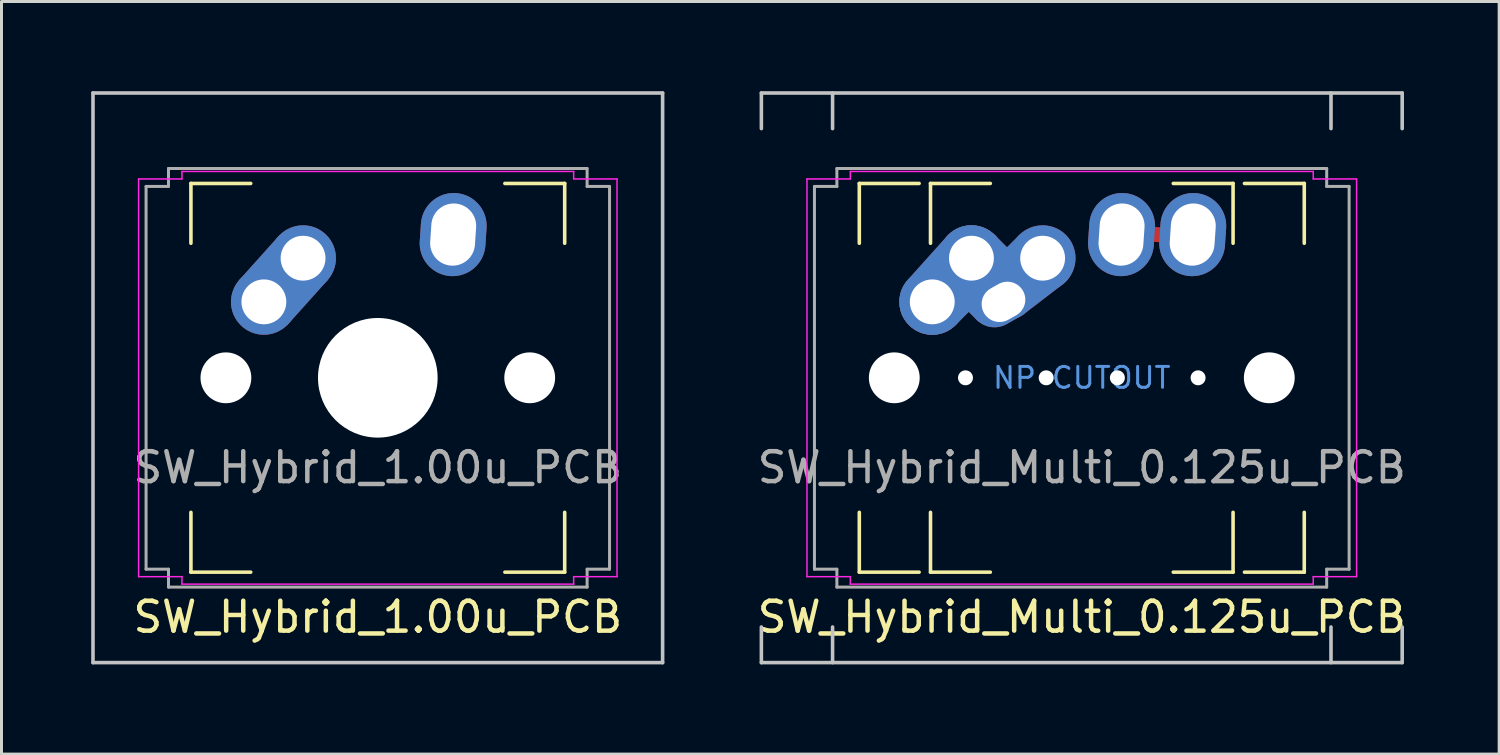
<source format=kicad_pcb>
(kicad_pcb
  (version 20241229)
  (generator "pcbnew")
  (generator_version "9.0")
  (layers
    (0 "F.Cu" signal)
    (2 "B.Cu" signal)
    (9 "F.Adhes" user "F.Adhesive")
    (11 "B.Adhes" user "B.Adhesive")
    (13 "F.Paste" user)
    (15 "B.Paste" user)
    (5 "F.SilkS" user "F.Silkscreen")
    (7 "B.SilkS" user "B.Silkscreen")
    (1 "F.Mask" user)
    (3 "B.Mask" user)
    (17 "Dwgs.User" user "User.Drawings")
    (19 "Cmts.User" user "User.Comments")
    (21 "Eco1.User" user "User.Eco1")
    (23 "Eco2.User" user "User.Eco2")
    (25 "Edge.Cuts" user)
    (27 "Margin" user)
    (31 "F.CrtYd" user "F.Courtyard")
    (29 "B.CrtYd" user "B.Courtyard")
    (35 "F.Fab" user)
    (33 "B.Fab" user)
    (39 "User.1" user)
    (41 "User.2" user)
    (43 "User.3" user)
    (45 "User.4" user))
  (footprint "SW_Hybrid_Multi_0.125u_PCB"
    (layer "F.Cu")
    (at 31.938 9.585)
    (property "Reference" "SW_Hybrid_Multi_0.125u_PCB" (at 1.191 8 0) (layer "F.SilkS") (effects (font (size 1 1) (thickness 0.15))))
    (attr through_hole)
    (fp_line (start -6.25 -6.5) (end -4.25 -6.5) (stroke (width 0.12) (type solid)) (layer "F.SilkS"))
    (fp_line (start -6.25 -4.5) (end -6.25 -6.5) (stroke (width 0.12) (type solid)) (layer "F.SilkS"))
    (fp_line (start -6.25 6.5) (end -6.25 4.5) (stroke (width 0.12) (type solid)) (layer "F.SilkS"))
    (fp_line (start -6.25 6.5) (end -4.25 6.5) (stroke (width 0.12) (type solid)) (layer "F.SilkS"))
    (fp_line (start -3.869 -6.5) (end -1.869 -6.5) (stroke (width 0.12) (type solid)) (layer "F.SilkS"))
    (fp_line (start -3.869 -4.5) (end -3.869 -6.5) (stroke (width 0.12) (type solid)) (layer "F.SilkS"))
    (fp_line (start -3.869 6.5) (end -3.869 4.5) (stroke (width 0.12) (type solid)) (layer "F.SilkS"))
    (fp_line (start -3.869 6.5) (end -1.869 6.5) (stroke (width 0.12) (type solid)) (layer "F.SilkS"))
    (fp_line (start 4.25 -6.5) (end 6.25 -6.5) (stroke (width 0.12) (type solid)) (layer "F.SilkS"))
    (fp_line (start 4.25 6.5) (end 6.25 6.5) (stroke (width 0.12) (type solid)) (layer "F.SilkS"))
    (fp_line (start 6.25 -4.5) (end 6.25 -6.5) (stroke (width 0.12) (type solid)) (layer "F.SilkS"))
    (fp_line (start 6.25 6.5) (end 6.25 4.5) (stroke (width 0.12) (type solid)) (layer "F.SilkS"))
    (fp_line (start 6.631 -6.5) (end 8.631 -6.5) (stroke (width 0.12) (type solid)) (layer "F.SilkS"))
    (fp_line (start 6.631 6.5) (end 8.631 6.5) (stroke (width 0.12) (type solid)) (layer "F.SilkS"))
    (fp_line (start 8.631 -4.5) (end 8.631 -6.5) (stroke (width 0.12) (type solid)) (layer "F.SilkS"))
    (fp_line (start 8.631 6.5) (end 8.631 4.5) (stroke (width 0.12) (type solid)) (layer "F.SilkS"))
    (fp_line (start -9.525 -9.525) (end 11.906 -9.525) (stroke (width 0.12) (type solid)) (layer "Dwgs.User"))
    (fp_line (start -9.525 -8.334) (end -9.525 -9.525) (stroke (width 0.12) (type solid)) (layer "Dwgs.User"))
    (fp_line (start -9.525 9.525) (end -9.525 8.334) (stroke (width 0.12) (type solid)) (layer "Dwgs.User"))
    (fp_line (start -7.144 -9.525) (end -7.144 -8.334) (stroke (width 0.12) (type solid)) (layer "Dwgs.User"))
    (fp_line (start -7.144 9.525) (end -7.144 8.334) (stroke (width 0.12) (type solid)) (layer "Dwgs.User"))
    (fp_line (start 9.525 -9.525) (end 9.525 -8.334) (stroke (width 0.12) (type solid)) (layer "Dwgs.User"))
    (fp_line (start 9.525 9.525) (end 9.525 8.334) (stroke (width 0.12) (type solid)) (layer "Dwgs.User"))
    (fp_line (start 11.906 -9.525) (end 11.906 -8.334) (stroke (width 0.12) (type solid)) (layer "Dwgs.User"))
    (fp_line (start 11.906 9.525) (end -9.525 9.525) (stroke (width 0.12) (type solid)) (layer "Dwgs.User"))
    (fp_line (start 11.906 9.525) (end 11.906 8.334) (stroke (width 0.12) (type solid)) (layer "Dwgs.User"))
    (fp_arc (start -1.954191 -0.414778) (mid -0.706693 -1.868553) (end 1.190623 -1.604157) (stroke (width 0.05) (type solid)) (layer "Eco1.User"))
    (fp_arc (start -1.95242 0.41158) (mid -3.550949 0.001828) (end -1.954192 -0.414777) (stroke (width 0.05) (type solid)) (layer "Eco1.User"))
    (fp_arc (start 1.184943 -1.610648) (mid 3.091972 -1.876223) (end 4.344434 -0.413818) (stroke (width 0.05) (type solid)) (layer "Eco1.User"))
    (fp_arc (start 1.192139 1.602108) (mid -0.70741 1.867489) (end -1.954403 0.410189) (stroke (width 0.05) (type solid)) (layer "Eco1.User"))
    (fp_arc (start 4.335089 0.404031) (mid 3.091918 1.864317) (end 1.19214 1.602107) (stroke (width 0.05) (type solid)) (layer "Eco1.User"))
    (fp_arc (start 4.344435 -0.413819) (mid 5.923963 0.005325) (end 4.339272 0.404504) (stroke (width 0.05) (type solid)) (layer "Eco1.User"))
    (fp_line (start -8 -6.65) (end -6.55 -6.65) (stroke (width 0.05) (type solid)) (layer "F.CrtYd"))
    (fp_line (start -8 6.65) (end -8 -6.65) (stroke (width 0.05) (type solid)) (layer "F.CrtYd"))
    (fp_line (start -6.55 -6.9) (end 8.931 -6.9) (stroke (width 0.05) (type solid)) (layer "F.CrtYd"))
    (fp_line (start -6.55 -6.65) (end -6.55 -6.9) (stroke (width 0.05) (type solid)) (layer "F.CrtYd"))
    (fp_line (start -6.55 6.65) (end -8 6.65) (stroke (width 0.05) (type solid)) (layer "F.CrtYd"))
    (fp_line (start -6.55 6.9) (end -6.55 6.65) (stroke (width 0.05) (type solid)) (layer "F.CrtYd"))
    (fp_line (start 8.931 -6.9) (end 8.931 -6.65) (stroke (width 0.05) (type solid)) (layer "F.CrtYd"))
    (fp_line (start 8.931 -6.65) (end 10.381 -6.65) (stroke (width 0.05) (type solid)) (layer "F.CrtYd"))
    (fp_line (start 8.931 6.65) (end 8.931 6.9) (stroke (width 0.05) (type solid)) (layer "F.CrtYd"))
    (fp_line (start 8.931 6.9) (end -6.55 6.9) (stroke (width 0.05) (type solid)) (layer "F.CrtYd"))
    (fp_line (start 10.381 -6.65) (end 10.381 6.65) (stroke (width 0.05) (type solid)) (layer "F.CrtYd"))
    (fp_line (start 10.381 6.65) (end 8.931 6.65) (stroke (width 0.05) (type solid)) (layer "F.CrtYd"))
    (fp_line (start -7.75 -6.4) (end -7 -6.4) (stroke (width 0.1) (type solid)) (layer "F.Fab"))
    (fp_line (start -7.75 6.4) (end -7.75 -6.4) (stroke (width 0.1) (type solid)) (layer "F.Fab"))
    (fp_line (start -7 -7) (end 9.381 -7) (stroke (width 0.1) (type solid)) (layer "F.Fab"))
    (fp_line (start -7 -6.4) (end -7 -7) (stroke (width 0.1) (type solid)) (layer "F.Fab"))
    (fp_line (start -7 6.4) (end -7.75 6.4) (stroke (width 0.1) (type solid)) (layer "F.Fab"))
    (fp_line (start -7 7) (end -7 6.4) (stroke (width 0.1) (type solid)) (layer "F.Fab"))
    (fp_line (start 9.381 -7) (end 9.381 -6.4) (stroke (width 0.1) (type solid)) (layer "F.Fab"))
    (fp_line (start 9.381 -6.4) (end 10.131 -6.4) (stroke (width 0.1) (type solid)) (layer "F.Fab"))
    (fp_line (start 9.381 6.4) (end 9.381 7) (stroke (width 0.1) (type solid)) (layer "F.Fab"))
    (fp_line (start 9.381 7) (end -7 7) (stroke (width 0.1) (type solid)) (layer "F.Fab"))
    (fp_line (start 10.131 -6.4) (end 10.131 6.4) (stroke (width 0.1) (type solid)) (layer "F.Fab"))
    (fp_line (start 10.131 6.4) (end 9.381 6.4) (stroke (width 0.1) (type solid)) (layer "F.Fab"))
    (fp_text user "NP CUTOUT" (at 1.191 0 0) (layer "Cmts.User") (effects (font (size 0.7 0.7) (thickness 0.1))))
    (fp_text user "${REFERENCE}" (at 1.191 3 0) (layer "F.Fab") (effects (font (size 1 1) (thickness 0.15))))
    (pad "" np_thru_hole circle (at -5.08 0) (size 1.7 1.7) (drill 1.7) (layers "*.Cu" "*.Mask"))
    (pad "" np_thru_hole circle (at -2.699 0) (size 0.5 0.5) (drill 0.5) (layers "*.Cu" "*.Mask"))
    (pad "" np_thru_hole circle (at 0 0) (size 0.5 0.5) (drill 0.5) (layers "*.Cu" "*.Mask"))
    (pad "" np_thru_hole circle (at 2.381 0) (size 0.5 0.5) (drill 0.5) (layers "*.Cu" "*.Mask"))
    (pad "" np_thru_hole circle (at 5.08 0) (size 0.5 0.5) (drill 0.5) (layers "*.Cu" "*.Mask"))
    (pad "" np_thru_hole circle (at 7.461 0) (size 1.7 1.7) (drill 1.7) (layers "*.Cu" "*.Mask"))
    (pad "1" thru_hole oval (at 2.52 -4.79 86.1) (size 2.781 2.2) (drill oval 2.081 1.5) (layers "*.Cu" "*.Mask"))
    (pad "1" smd oval (at 3.711 -4.79 356.1) (size 2.381 0.5) (layers "F.Cu"))
    (pad "1" thru_hole oval (at 4.901 -4.79 86.1) (size 2.781 2.2) (drill oval 2.081 1.5) (layers "*.Cu" "*.Mask"))
    (pad "2" smd oval (at -3.81 -2.54 45) (size 2 1.1) (drill (offset 0.49 0.55)) (layers "F.Cu" "F.Mask"))
    (pad "2" smd oval (at -3.81 -2.54 45) (size 2 1.1) (drill (offset 0.49 0.55)) (layers "B.Cu" "B.Mask"))
    (pad "2" thru_hole circle (at -3.81 -2.54) (size 2.2 2.2) (drill 1.5) (layers "*.Cu" "*.Mask"))
    (pad "2" smd oval (at -3.155 -3.27 48.1) (size 4.162 2.2) (layers "F.Cu" "F.Mask"))
    (pad "2" smd oval (at -3.155 -3.27 48.1) (size 4.162 2.2) (layers "B.Cu" "B.Mask"))
    (pad "2" smd oval (at -2.5 -4 315) (size 2 1.1) (drill (offset 0.49 -0.55)) (layers "F.Cu" "F.Mask"))
    (pad "2" smd oval (at -2.5 -4 315) (size 2 1.1) (drill (offset 0.49 -0.55)) (layers "B.Cu" "B.Mask"))
    (pad "2" thru_hole circle (at -2.5 -4) (size 2.2 2.2) (drill 1.5) (layers "*.Cu" "*.Mask"))
    (pad "2" smd oval (at -1.732 -2.513 315) (size 2 0.825) (drill (offset -0.588 0.412)) (layers "F.Cu" "F.Mask"))
    (pad "2" smd oval (at -1.732 -2.513 315) (size 2 0.825) (drill (offset -0.588 0.412)) (layers "B.Cu" "B.Mask"))
    (pad "2" thru_hole oval (at -1.429 -2.54 299.4) (size 1.65 2.2) (drill oval 1.2 1.5 (offset -0.125 0)) (layers "*.Cu" "*.Mask"))
    (pad "2" smd oval (at -1.251 -2.784 37.5) (size 3.31 1.65) (drill (offset 0.83 0)) (layers "F.Cu" "F.Mask"))
    (pad "2" smd oval (at -1.251 -2.784 37.5) (size 3.31 1.65) (drill (offset 0.83 0)) (layers "B.Cu" "B.Mask"))
    (pad "2" smd oval (at -0.119 -4 45) (size 2 1.1) (drill (offset -0.49 -0.55)) (layers "F.Cu" "F.Mask"))
    (pad "2" smd oval (at -0.119 -4 45) (size 2 1.1) (drill (offset -0.49 -0.55)) (layers "B.Cu" "B.Mask"))
    (pad "2" thru_hole circle (at -0.119 -4) (size 2.2 2.2) (drill 1.5) (layers "*.Cu" "*.Mask")))
  (footprint "SW_Hybrid_1.00u_PCB"
    (layer "F.Cu")
    (at 9.585 9.585)
    (property "Reference" "SW_Hybrid_1.00u_PCB" (at 0 8 0) (layer "F.SilkS") (effects (font (size 1 1) (thickness 0.15))))
    (attr through_hole)
    (fp_line (start -6.25 -6.5) (end -4.25 -6.5) (stroke (width 0.12) (type solid)) (layer "F.SilkS"))
    (fp_line (start -6.25 -4.5) (end -6.25 -6.5) (stroke (width 0.12) (type solid)) (layer "F.SilkS"))
    (fp_line (start -6.25 6.5) (end -6.25 4.5) (stroke (width 0.12) (type solid)) (layer "F.SilkS"))
    (fp_line (start -6.25 6.5) (end -4.25 6.5) (stroke (width 0.12) (type solid)) (layer "F.SilkS"))
    (fp_line (start 4.25 -6.5) (end 6.25 -6.5) (stroke (width 0.12) (type solid)) (layer "F.SilkS"))
    (fp_line (start 4.25 6.5) (end 6.25 6.5) (stroke (width 0.12) (type solid)) (layer "F.SilkS"))
    (fp_line (start 6.25 -4.5) (end 6.25 -6.5) (stroke (width 0.12) (type solid)) (layer "F.SilkS"))
    (fp_line (start 6.25 6.5) (end 6.25 4.5) (stroke (width 0.12) (type solid)) (layer "F.SilkS"))
    (fp_line (start -9.525 -9.525) (end 9.525 -9.525) (stroke (width 0.12) (type solid)) (layer "Dwgs.User"))
    (fp_line (start -9.525 9.525) (end -9.525 -9.525) (stroke (width 0.12) (type solid)) (layer "Dwgs.User"))
    (fp_line (start 9.525 -9.525) (end 9.525 9.525) (stroke (width 0.12) (type solid)) (layer "Dwgs.User"))
    (fp_line (start 9.525 9.525) (end -9.525 9.525) (stroke (width 0.12) (type solid)) (layer "Dwgs.User"))
    (fp_line (start -8 -6.65) (end -6.55 -6.65) (stroke (width 0.05) (type solid)) (layer "F.CrtYd"))
    (fp_line (start -8 6.65) (end -8 -6.65) (stroke (width 0.05) (type solid)) (layer "F.CrtYd"))
    (fp_line (start -6.55 -6.9) (end 6.55 -6.9) (stroke (width 0.05) (type solid)) (layer "F.CrtYd"))
    (fp_line (start -6.55 -6.65) (end -6.55 -6.9) (stroke (width 0.05) (type solid)) (layer "F.CrtYd"))
    (fp_line (start -6.55 6.65) (end -8 6.65) (stroke (width 0.05) (type solid)) (layer "F.CrtYd"))
    (fp_line (start -6.55 6.9) (end -6.55 6.65) (stroke (width 0.05) (type solid)) (layer "F.CrtYd"))
    (fp_line (start 6.55 -6.9) (end 6.55 -6.65) (stroke (width 0.05) (type solid)) (layer "F.CrtYd"))
    (fp_line (start 6.55 -6.65) (end 8 -6.65) (stroke (width 0.05) (type solid)) (layer "F.CrtYd"))
    (fp_line (start 6.55 6.65) (end 6.55 6.9) (stroke (width 0.05) (type solid)) (layer "F.CrtYd"))
    (fp_line (start 6.55 6.9) (end -6.55 6.9) (stroke (width 0.05) (type solid)) (layer "F.CrtYd"))
    (fp_line (start 8 -6.65) (end 8 6.65) (stroke (width 0.05) (type solid)) (layer "F.CrtYd"))
    (fp_line (start 8 6.65) (end 6.55 6.65) (stroke (width 0.05) (type solid)) (layer "F.CrtYd"))
    (fp_line (start -7.75 -6.4) (end -7 -6.4) (stroke (width 0.1) (type solid)) (layer "F.Fab"))
    (fp_line (start -7.75 6.4) (end -7.75 -6.4) (stroke (width 0.1) (type solid)) (layer "F.Fab"))
    (fp_line (start -7 -7) (end 7 -7) (stroke (width 0.1) (type solid)) (layer "F.Fab"))
    (fp_line (start -7 -6.4) (end -7 -7) (stroke (width 0.1) (type solid)) (layer "F.Fab"))
    (fp_line (start -7 6.4) (end -7.75 6.4) (stroke (width 0.1) (type solid)) (layer "F.Fab"))
    (fp_line (start -7 7) (end -7 6.4) (stroke (width 0.1) (type solid)) (layer "F.Fab"))
    (fp_line (start 7 -7) (end 7 -6.4) (stroke (width 0.1) (type solid)) (layer "F.Fab"))
    (fp_line (start 7 -6.4) (end 7.75 -6.4) (stroke (width 0.1) (type solid)) (layer "F.Fab"))
    (fp_line (start 7 6.4) (end 7 7) (stroke (width 0.1) (type solid)) (layer "F.Fab"))
    (fp_line (start 7 7) (end -7 7) (stroke (width 0.1) (type solid)) (layer "F.Fab"))
    (fp_line (start 7.75 -6.4) (end 7.75 6.4) (stroke (width 0.1) (type solid)) (layer "F.Fab"))
    (fp_line (start 7.75 6.4) (end 7 6.4) (stroke (width 0.1) (type solid)) (layer "F.Fab"))
    (fp_text user "${REFERENCE}" (at 0 3 0) (layer "F.Fab") (effects (font (size 1 1) (thickness 0.15))))
    (pad "" np_thru_hole circle (at -5.08 0) (size 1.7 1.7) (drill 1.7) (layers "*.Cu" "*.Mask"))
    (pad "" np_thru_hole circle (at 0 0) (size 4 4) (drill 4) (layers "*.Cu" "*.Mask"))
    (pad "" np_thru_hole circle (at 5.08 0) (size 1.7 1.7) (drill 1.7) (layers "*.Cu" "*.Mask"))
    (pad "1" thru_hole oval (at 2.52 -4.79 86.1) (size 2.781 2.2) (drill oval 2.081 1.5) (layers "*.Cu" "*.Mask"))
    (pad "2" thru_hole circle (at -3.81 -2.54) (size 2.2 2.2) (drill 1.5) (layers "*.Cu" "*.Mask"))
    (pad "2" smd roundrect (at -3.155 -3.27 48.1) (size 2.402 2.2) (layers "F.Cu" "F.Mask") (roundrect_rratio 0.1))
    (pad "2" smd roundrect (at -3.155 -3.27 48.1) (size 2.402 2.2) (layers "B.Cu" "B.Mask") (roundrect_rratio 0.1))
    (pad "2" thru_hole circle (at -2.5 -4) (size 2.2 2.2) (drill 1.5) (layers "*.Cu" "*.Mask")))
  (gr_rect
    (start -3 -3)
    (end 47.087 22.17)
    (stroke (width 0.1) (type default))
    (fill no)
    (layer "Edge.Cuts")))
</source>
